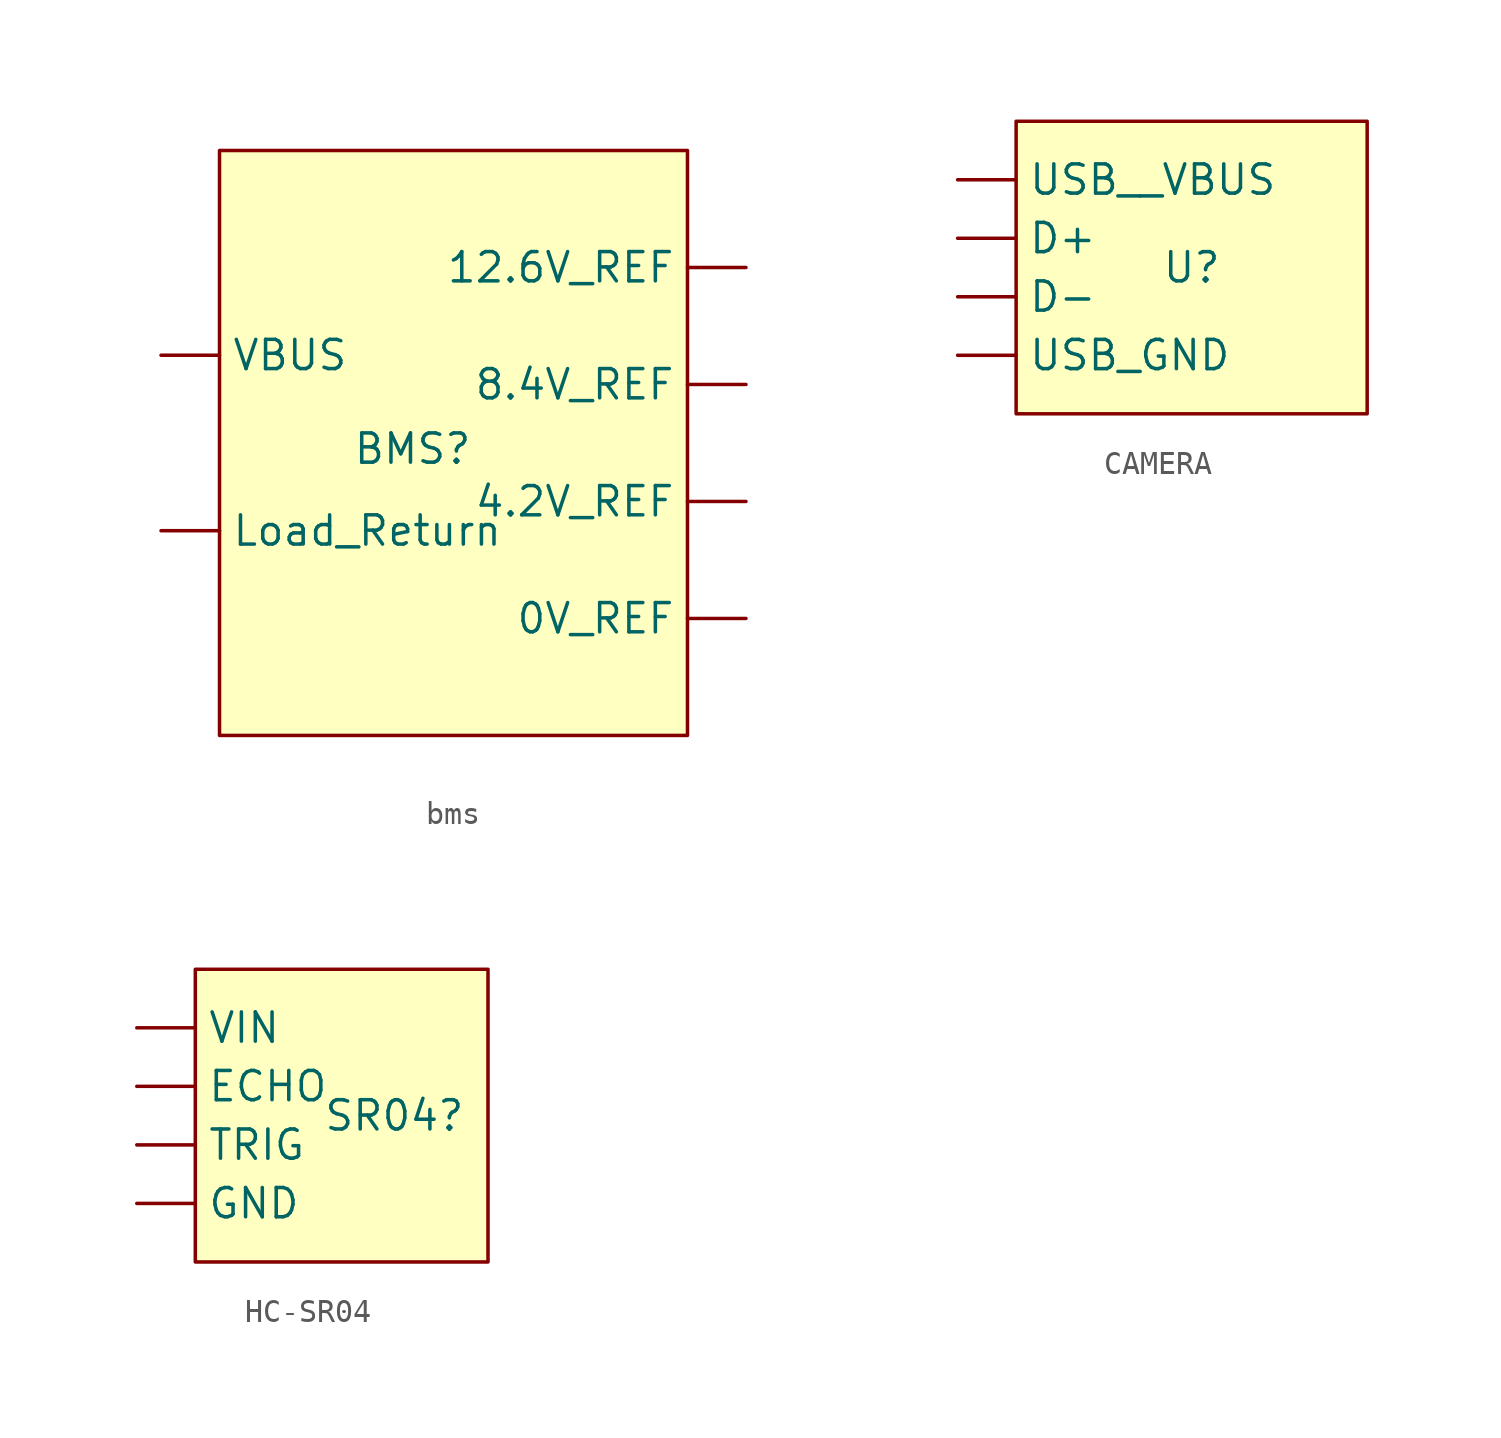
<source format=kicad_sym>
(kicad_symbol_lib
  (version 20231120)
  (generator "kicad_symbol_editor")
  (generator_version "8.0")
  (symbol "bms"
    (property "Reference" "BMS"
      (at -1.778 -0.254 0)
      (effects (font (size 1.27 1.27))))
    (property "Value" ""
      (at 0 0 0)
      (effects (font (size 1.27 1.27))))
    (symbol "bms_0_1"
      (rectangle (start -10.16 12.7) (end 10.16 -12.7) (stroke (width 0) (type default)) (fill (type background))))
    (symbol "bms_1_1"
      (pin bidirectional line (at 12.7 -7.62 180) (length 2.54) (name "0V_REF" (effects (font (size 1.27 1.27)))) (number "" (effects (font (size 1.27 1.27)))))
      (pin bidirectional line (at 12.7 7.62 180) (length 2.54) (name "12.6V_REF" (effects (font (size 1.27 1.27)))) (number "" (effects (font (size 1.27 1.27)))))
      (pin bidirectional line (at 12.7 -2.54 180) (length 2.54) (name "4.2V_REF" (effects (font (size 1.27 1.27)))) (number "" (effects (font (size 1.27 1.27)))))
      (pin bidirectional line (at 12.7 2.54 180) (length 2.54) (name "8.4V_REF" (effects (font (size 1.27 1.27)))) (number "" (effects (font (size 1.27 1.27)))))
      (pin input line (at -12.7 -3.81 0) (length 2.54) (name "Load_Return" (effects (font (size 1.27 1.27)))) (number "" (effects (font (size 1.27 1.27)))))
      (pin bidirectional line (at -12.7 3.81 0) (length 2.54) (name "VBUS" (effects (font (size 1.27 1.27)))) (number "" (effects (font (size 1.27 1.27)))))))
  (symbol "CAMERA"
    (property "Reference" "U"
      (at 0 0 0)
      (effects (font (size 1.27 1.27))))
    (property "Value" ""
      (at 0 0 0)
      (effects (font (size 1.27 1.27))))
    (symbol "CAMERA_0_1"
      (rectangle (start -7.62 6.35) (end 7.62 -6.35) (stroke (width 0) (type default)) (fill (type background))))
    (symbol "CAMERA_1_1"
      (pin input line (at -10.16 1.27 0) (length 2.54) (name "D+" (effects (font (size 1.27 1.27)))) (number "" (effects (font (size 1.27 1.27)))))
      (pin input line (at -10.16 -1.27 0) (length 2.54) (name "D-" (effects (font (size 1.27 1.27)))) (number "" (effects (font (size 1.27 1.27)))))
      (pin input line (at -10.16 -3.81 0) (length 2.54) (name "USB_GND" (effects (font (size 1.27 1.27)))) (number "" (effects (font (size 1.27 1.27)))))
      (pin input line (at -10.16 3.81 0) (length 2.54) (name "USB__VBUS" (effects (font (size 1.27 1.27)))) (number "" (effects (font (size 1.27 1.27)))))))
  (symbol "HC-SR04"
    (property "Reference" "SR04"
      (at 2.286 0 0)
      (effects (font (size 1.27 1.27))))
    (property "Value" ""
      (at 0 0 0)
      (effects (font (size 1.27 1.27))))
    (symbol "HC-SR04_0_1"
      (rectangle (start -6.35 6.35) (end 6.35 -6.35) (stroke (width 0) (type default)) (fill (type background))))
    (symbol "HC-SR04_1_1"
      (pin output line (at -8.89 1.27 0) (length 2.54) (name "ECHO" (effects (font (size 1.27 1.27)))) (number "" (effects (font (size 1.27 1.27)))))
      (pin input line (at -8.89 -3.81 0) (length 2.54) (name "GND" (effects (font (size 1.27 1.27)))) (number "" (effects (font (size 1.27 1.27)))))
      (pin output line (at -8.89 -1.27 0) (length 2.54) (name "TRIG" (effects (font (size 1.27 1.27)))) (number "" (effects (font (size 1.27 1.27)))))
      (pin power_in line (at -8.89 3.81 0) (length 2.54) (name "VIN" (effects (font (size 1.27 1.27)))) (number "" (effects (font (size 1.27 1.27))))))))
</source>
